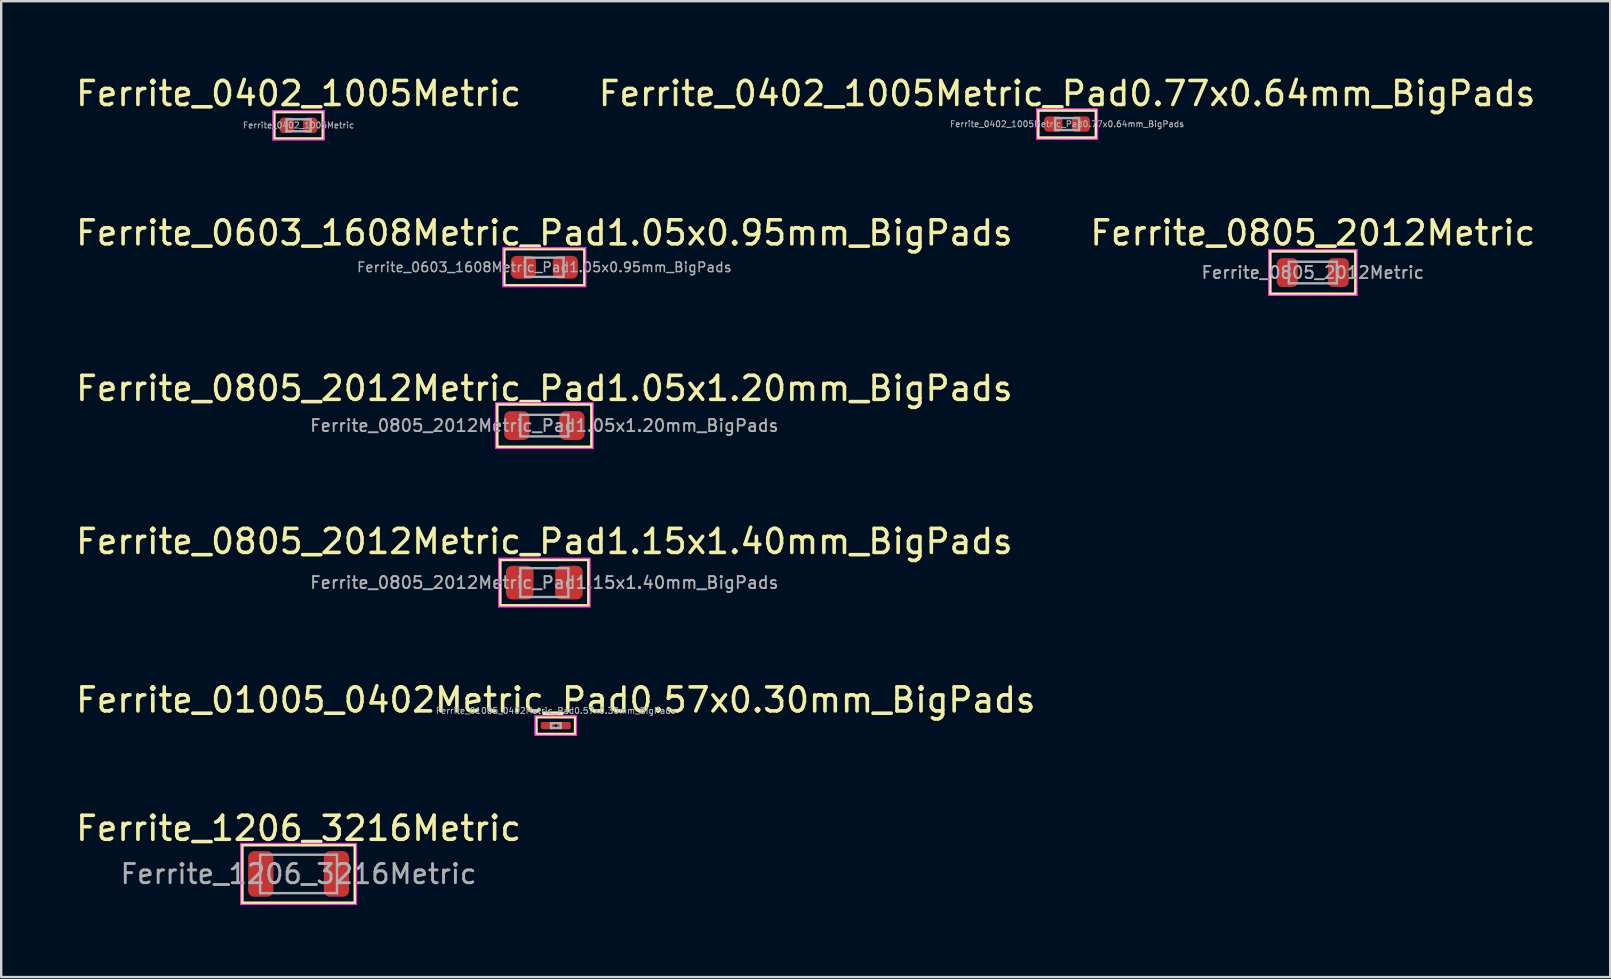
<source format=kicad_pcb>
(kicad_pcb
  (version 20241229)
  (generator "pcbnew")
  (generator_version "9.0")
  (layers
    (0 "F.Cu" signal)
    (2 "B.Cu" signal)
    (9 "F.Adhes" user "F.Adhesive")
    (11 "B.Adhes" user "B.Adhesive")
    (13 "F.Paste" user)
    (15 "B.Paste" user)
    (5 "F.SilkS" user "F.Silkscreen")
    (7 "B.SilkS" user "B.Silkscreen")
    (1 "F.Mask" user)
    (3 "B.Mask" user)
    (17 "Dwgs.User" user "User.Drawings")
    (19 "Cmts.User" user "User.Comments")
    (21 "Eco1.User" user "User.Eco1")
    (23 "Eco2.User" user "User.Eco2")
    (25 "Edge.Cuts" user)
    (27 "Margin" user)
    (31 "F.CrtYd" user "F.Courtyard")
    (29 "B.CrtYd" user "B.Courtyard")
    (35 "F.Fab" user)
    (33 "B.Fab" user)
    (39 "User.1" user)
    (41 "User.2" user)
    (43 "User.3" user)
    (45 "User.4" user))
  (footprint "Ferrite_0805_2012Metric_Pad1.15x1.40mm_BigPads"
    (layer "F.Cu")
    (at 19.625 21.219)
    (property "Reference" "Ferrite_0805_2012Metric_Pad1.15x1.40mm_BigPads" (at 0 -1.714 0) (layer "F.SilkS") (effects (font (size 1 1) (thickness 0.15))))
    (attr smd)
    (fp_line (start -1.841 -0.953) (end 1.841 -0.953) (stroke (width 0.12) (type solid)) (layer "F.SilkS"))
    (fp_line (start -1.841 0.953) (end -1.841 -0.953) (stroke (width 0.12) (type solid)) (layer "F.SilkS"))
    (fp_line (start 1.841 -0.953) (end 1.841 0.953) (stroke (width 0.12) (type solid)) (layer "F.SilkS"))
    (fp_line (start 1.841 0.953) (end -1.841 0.953) (stroke (width 0.12) (type solid)) (layer "F.SilkS"))
    (fp_line (start -1.905 -1.016) (end 1.905 -1.016) (stroke (width 0.05) (type solid)) (layer "F.CrtYd"))
    (fp_line (start -1.905 1.016) (end -1.905 -1.016) (stroke (width 0.05) (type solid)) (layer "F.CrtYd"))
    (fp_line (start 1.905 -1.016) (end 1.905 1.016) (stroke (width 0.05) (type solid)) (layer "F.CrtYd"))
    (fp_line (start 1.905 1.016) (end -1.905 1.016) (stroke (width 0.05) (type solid)) (layer "F.CrtYd"))
    (fp_line (start -1 -0.6) (end 1 -0.6) (stroke (width 0.1) (type solid)) (layer "F.Fab"))
    (fp_line (start -1 0.6) (end -1 -0.6) (stroke (width 0.1) (type solid)) (layer "F.Fab"))
    (fp_line (start 1 -0.6) (end 1 0.6) (stroke (width 0.1) (type solid)) (layer "F.Fab"))
    (fp_line (start 1 0.6) (end -1 0.6) (stroke (width 0.1) (type solid)) (layer "F.Fab"))
    (fp_text user "${REFERENCE}" (at 0 0 0) (layer "F.Fab") (effects (font (size 0.5 0.5) (thickness 0.08))))
    (pad "1" smd roundrect (at -1.025 0) (size 1.15 1.4) (layers "F.Cu" "F.Mask" "F.Paste") (roundrect_rratio 0.217))
    (pad "2" smd roundrect (at 1.025 0) (size 1.15 1.4) (layers "F.Cu" "F.Mask" "F.Paste") (roundrect_rratio 0.217)))
  (footprint "Ferrite_0402_1005Metric"
    (layer "F.Cu")
    (at 9.387 2.169)
    (property "Reference" "Ferrite_0402_1005Metric" (at 0 -1.321 0) (layer "F.SilkS") (effects (font (size 1 1) (thickness 0.15))))
    (attr smd)
    (fp_line (start -1.016 -0.559) (end 1.016 -0.559) (stroke (width 0.12) (type solid)) (layer "F.SilkS"))
    (fp_line (start -1.016 0.559) (end -1.016 -0.559) (stroke (width 0.12) (type solid)) (layer "F.SilkS"))
    (fp_line (start 1.016 -0.559) (end 1.016 0.559) (stroke (width 0.12) (type solid)) (layer "F.SilkS"))
    (fp_line (start 1.016 0.559) (end -1.016 0.559) (stroke (width 0.12) (type solid)) (layer "F.SilkS"))
    (fp_line (start -1.067 -0.61) (end 1.067 -0.61) (stroke (width 0.05) (type solid)) (layer "F.CrtYd"))
    (fp_line (start -1.067 0.61) (end -1.067 -0.61) (stroke (width 0.05) (type solid)) (layer "F.CrtYd"))
    (fp_line (start 1.067 -0.61) (end 1.067 0.61) (stroke (width 0.05) (type solid)) (layer "F.CrtYd"))
    (fp_line (start 1.067 0.61) (end -1.067 0.61) (stroke (width 0.05) (type solid)) (layer "F.CrtYd"))
    (fp_line (start -0.5 -0.25) (end 0.5 -0.25) (stroke (width 0.1) (type solid)) (layer "F.Fab"))
    (fp_line (start -0.5 0.25) (end -0.5 -0.25) (stroke (width 0.1) (type solid)) (layer "F.Fab"))
    (fp_line (start 0.5 -0.25) (end 0.5 0.25) (stroke (width 0.1) (type solid)) (layer "F.Fab"))
    (fp_line (start 0.5 0.25) (end -0.5 0.25) (stroke (width 0.1) (type solid)) (layer "F.Fab"))
    (fp_text user "${REFERENCE}" (at 0 0 0) (layer "F.Fab") (effects (font (size 0.25 0.25) (thickness 0.04))))
    (pad "1" smd roundrect (at -0.485 0) (size 0.59 0.64) (layers "F.Cu" "F.Mask" "F.Paste") (roundrect_rratio 0.25))
    (pad "2" smd roundrect (at 0.485 0) (size 0.59 0.64) (layers "F.Cu" "F.Mask" "F.Paste") (roundrect_rratio 0.25)))
  (footprint "Ferrite_01005_0402Metric_Pad0.57x0.30mm_BigPads"
    (layer "F.Cu")
    (at 20.101 27.175)
    (property "Reference" "Ferrite_01005_0402Metric_Pad0.57x0.30mm_BigPads" (at 0 -1.067 0) (layer "F.SilkS") (effects (font (size 1 1) (thickness 0.15))))
    (attr smd)
    (fp_line (start -0.813 -0.356) (end 0.813 -0.356) (stroke (width 0.12) (type solid)) (layer "F.SilkS"))
    (fp_line (start -0.813 0.356) (end -0.813 -0.356) (stroke (width 0.12) (type solid)) (layer "F.SilkS"))
    (fp_line (start 0.813 -0.356) (end 0.813 0.356) (stroke (width 0.12) (type solid)) (layer "F.SilkS"))
    (fp_line (start 0.813 0.356) (end -0.813 0.356) (stroke (width 0.12) (type solid)) (layer "F.SilkS"))
    (fp_line (start -0.864 -0.406) (end 0.864 -0.406) (stroke (width 0.05) (type solid)) (layer "F.CrtYd"))
    (fp_line (start -0.864 0.406) (end -0.864 -0.406) (stroke (width 0.05) (type solid)) (layer "F.CrtYd"))
    (fp_line (start 0.864 -0.406) (end 0.864 0.406) (stroke (width 0.05) (type solid)) (layer "F.CrtYd"))
    (fp_line (start 0.864 0.406) (end -0.864 0.406) (stroke (width 0.05) (type solid)) (layer "F.CrtYd"))
    (fp_line (start -0.2 -0.1) (end 0.2 -0.1) (stroke (width 0.1) (type solid)) (layer "F.Fab"))
    (fp_line (start -0.2 0.1) (end -0.2 -0.1) (stroke (width 0.1) (type solid)) (layer "F.Fab"))
    (fp_line (start 0.2 -0.1) (end 0.2 0.1) (stroke (width 0.1) (type solid)) (layer "F.Fab"))
    (fp_line (start 0.2 0.1) (end -0.2 0.1) (stroke (width 0.1) (type solid)) (layer "F.Fab"))
    (fp_text user "${REFERENCE}" (at 0 -0.62 0) (layer "F.Fab") (effects (font (size 0.25 0.25) (thickness 0.04))))
    (pad "" smd roundrect (at -0.362 0) (size 0.41 0.27) (layers "F.Paste") (roundrect_rratio 0.25))
    (pad "" smd roundrect (at 0.362 0) (size 0.41 0.27) (layers "F.Paste") (roundrect_rratio 0.25))
    (pad "1" smd roundrect (at -0.338 0) (size 0.575 0.3) (layers "F.Cu" "F.Mask") (roundrect_rratio 0.25))
    (pad "2" smd roundrect (at 0.338 0) (size 0.575 0.3) (layers "F.Cu" "F.Mask") (roundrect_rratio 0.25)))
  (footprint "Ferrite_0402_1005Metric_Pad0.77x0.64mm_BigPads"
    (layer "F.Cu")
    (at 41.399 2.118)
    (property "Reference" "Ferrite_0402_1005Metric_Pad0.77x0.64mm_BigPads" (at 0 -1.27 0) (layer "F.SilkS") (effects (font (size 1 1) (thickness 0.15))))
    (attr smd)
    (fp_line (start -1.206 -0.572) (end 1.206 -0.572) (stroke (width 0.12) (type solid)) (layer "F.SilkS"))
    (fp_line (start -1.206 0.572) (end -1.206 -0.572) (stroke (width 0.12) (type solid)) (layer "F.SilkS"))
    (fp_line (start 1.206 -0.572) (end 1.206 0.572) (stroke (width 0.12) (type solid)) (layer "F.SilkS"))
    (fp_line (start 1.206 0.572) (end -1.206 0.572) (stroke (width 0.12) (type solid)) (layer "F.SilkS"))
    (fp_line (start -1.27 -0.635) (end 1.27 -0.635) (stroke (width 0.05) (type solid)) (layer "F.CrtYd"))
    (fp_line (start -1.27 0.635) (end -1.27 -0.635) (stroke (width 0.05) (type solid)) (layer "F.CrtYd"))
    (fp_line (start 1.27 -0.635) (end 1.27 0.635) (stroke (width 0.05) (type solid)) (layer "F.CrtYd"))
    (fp_line (start 1.27 0.635) (end -1.27 0.635) (stroke (width 0.05) (type solid)) (layer "F.CrtYd"))
    (fp_line (start -0.5 -0.25) (end 0.5 -0.25) (stroke (width 0.1) (type solid)) (layer "F.Fab"))
    (fp_line (start -0.5 0.25) (end -0.5 -0.25) (stroke (width 0.1) (type solid)) (layer "F.Fab"))
    (fp_line (start 0.5 -0.25) (end 0.5 0.25) (stroke (width 0.1) (type solid)) (layer "F.Fab"))
    (fp_line (start 0.5 0.25) (end -0.5 0.25) (stroke (width 0.1) (type solid)) (layer "F.Fab"))
    (fp_text user "${REFERENCE}" (at 0 0 0) (layer "F.Fab") (effects (font (size 0.25 0.25) (thickness 0.04))))
    (pad "1" smd roundrect (at -0.573 0) (size 0.765 0.64) (layers "F.Cu" "F.Mask" "F.Paste") (roundrect_rratio 0.25))
    (pad "2" smd roundrect (at 0.573 0) (size 0.765 0.64) (layers "F.Cu" "F.Mask" "F.Paste") (roundrect_rratio 0.25)))
  (footprint "Ferrite_0805_2012Metric_Pad1.05x1.20mm_BigPads"
    (layer "F.Cu")
    (at 19.625 14.679)
    (property "Reference" "Ferrite_0805_2012Metric_Pad1.05x1.20mm_BigPads" (at 0 -1.55 0) (layer "F.SilkS") (effects (font (size 1 1) (thickness 0.15))))
    (attr smd)
    (fp_line (start -1.968 -0.889) (end 1.968 -0.889) (stroke (width 0.12) (type solid)) (layer "F.SilkS"))
    (fp_line (start -1.968 0.889) (end -1.968 -0.889) (stroke (width 0.12) (type solid)) (layer "F.SilkS"))
    (fp_line (start 1.968 -0.889) (end 1.968 0.889) (stroke (width 0.12) (type solid)) (layer "F.SilkS"))
    (fp_line (start 1.968 0.889) (end -1.968 0.889) (stroke (width 0.12) (type solid)) (layer "F.SilkS"))
    (fp_line (start -2.032 -0.953) (end 2.032 -0.953) (stroke (width 0.05) (type solid)) (layer "F.CrtYd"))
    (fp_line (start -2.032 0.953) (end -2.032 -0.953) (stroke (width 0.05) (type solid)) (layer "F.CrtYd"))
    (fp_line (start 2.032 -0.953) (end 2.032 0.953) (stroke (width 0.05) (type solid)) (layer "F.CrtYd"))
    (fp_line (start 2.032 0.953) (end -2.032 0.953) (stroke (width 0.05) (type solid)) (layer "F.CrtYd"))
    (fp_line (start -1 -0.45) (end 1 -0.45) (stroke (width 0.1) (type solid)) (layer "F.Fab"))
    (fp_line (start -1 0.45) (end -1 -0.45) (stroke (width 0.1) (type solid)) (layer "F.Fab"))
    (fp_line (start 1 -0.45) (end 1 0.45) (stroke (width 0.1) (type solid)) (layer "F.Fab"))
    (fp_line (start 1 0.45) (end -1 0.45) (stroke (width 0.1) (type solid)) (layer "F.Fab"))
    (fp_text user "${REFERENCE}" (at 0 0 0) (layer "F.Fab") (effects (font (size 0.5 0.5) (thickness 0.08))))
    (pad "1" smd roundrect (at -1.15 0) (size 1.05 1.2) (layers "F.Cu" "F.Mask" "F.Paste") (roundrect_rratio 0.238))
    (pad "2" smd roundrect (at 1.15 0) (size 1.05 1.2) (layers "F.Cu" "F.Mask" "F.Paste") (roundrect_rratio 0.238)))
  (footprint "Ferrite_1206_3216Metric"
    (layer "F.Cu")
    (at 9.387 33.355)
    (property "Reference" "Ferrite_1206_3216Metric" (at 0 -1.9 0) (layer "F.SilkS") (effects (font (size 1 1) (thickness 0.15))))
    (attr smd)
    (fp_line (start -2.349 -1.206) (end 2.349 -1.206) (stroke (width 0.12) (type solid)) (layer "F.SilkS"))
    (fp_line (start -2.349 1.206) (end -2.349 -1.206) (stroke (width 0.12) (type solid)) (layer "F.SilkS"))
    (fp_line (start 2.349 -1.206) (end 2.349 1.206) (stroke (width 0.12) (type solid)) (layer "F.SilkS"))
    (fp_line (start 2.349 1.206) (end -2.349 1.206) (stroke (width 0.12) (type solid)) (layer "F.SilkS"))
    (fp_line (start -2.413 -1.27) (end 2.413 -1.27) (stroke (width 0.05) (type solid)) (layer "F.CrtYd"))
    (fp_line (start -2.413 1.27) (end -2.413 -1.27) (stroke (width 0.05) (type solid)) (layer "F.CrtYd"))
    (fp_line (start 2.413 -1.27) (end 2.413 1.27) (stroke (width 0.05) (type solid)) (layer "F.CrtYd"))
    (fp_line (start 2.413 1.27) (end -2.413 1.27) (stroke (width 0.05) (type solid)) (layer "F.CrtYd"))
    (fp_line (start -1.6 -0.8) (end 1.6 -0.8) (stroke (width 0.1) (type solid)) (layer "F.Fab"))
    (fp_line (start -1.6 0.8) (end -1.6 -0.8) (stroke (width 0.1) (type solid)) (layer "F.Fab"))
    (fp_line (start 1.6 -0.8) (end 1.6 0.8) (stroke (width 0.1) (type solid)) (layer "F.Fab"))
    (fp_line (start 1.6 0.8) (end -1.6 0.8) (stroke (width 0.1) (type solid)) (layer "F.Fab"))
    (fp_text user "${REFERENCE}" (at 0 0 0) (layer "F.Fab") (effects (font (size 0.8 0.8) (thickness 0.12))))
    (pad "1" smd roundrect (at -1.575 0) (size 1.05 1.9) (layers "F.Cu" "F.Mask" "F.Paste") (roundrect_rratio 0.238))
    (pad "2" smd roundrect (at 1.575 0) (size 1.05 1.9) (layers "F.Cu" "F.Mask" "F.Paste") (roundrect_rratio 0.238)))
  (footprint "Ferrite_0805_2012Metric"
    (layer "F.Cu")
    (at 51.637 8.303)
    (property "Reference" "Ferrite_0805_2012Metric" (at 0 -1.651 0) (layer "F.SilkS") (effects (font (size 1 1) (thickness 0.15))))
    (attr smd)
    (fp_line (start -1.778 -0.889) (end 1.778 -0.889) (stroke (width 0.12) (type solid)) (layer "F.SilkS"))
    (fp_line (start -1.778 0.889) (end -1.778 -0.889) (stroke (width 0.12) (type solid)) (layer "F.SilkS"))
    (fp_line (start 1.778 -0.889) (end 1.778 0.889) (stroke (width 0.12) (type solid)) (layer "F.SilkS"))
    (fp_line (start 1.778 0.889) (end -1.778 0.889) (stroke (width 0.12) (type solid)) (layer "F.SilkS"))
    (fp_line (start -1.841 -0.953) (end 1.841 -0.953) (stroke (width 0.05) (type solid)) (layer "F.CrtYd"))
    (fp_line (start -1.841 0.953) (end -1.841 -0.953) (stroke (width 0.05) (type solid)) (layer "F.CrtYd"))
    (fp_line (start 1.841 -0.953) (end 1.841 0.953) (stroke (width 0.05) (type solid)) (layer "F.CrtYd"))
    (fp_line (start 1.841 0.953) (end -1.841 0.953) (stroke (width 0.05) (type solid)) (layer "F.CrtYd"))
    (fp_line (start -1 -0.45) (end 1 -0.45) (stroke (width 0.1) (type solid)) (layer "F.Fab"))
    (fp_line (start -1 0.45) (end -1 -0.45) (stroke (width 0.1) (type solid)) (layer "F.Fab"))
    (fp_line (start 1 -0.45) (end 1 0.45) (stroke (width 0.1) (type solid)) (layer "F.Fab"))
    (fp_line (start 1 0.45) (end -1 0.45) (stroke (width 0.1) (type solid)) (layer "F.Fab"))
    (fp_text user "${REFERENCE}" (at 0 0 0) (layer "F.Fab") (effects (font (size 0.5 0.5) (thickness 0.08))))
    (pad "1" smd roundrect (at -1.062 0) (size 0.875 1.2) (layers "F.Cu" "F.Mask" "F.Paste") (roundrect_rratio 0.25))
    (pad "2" smd roundrect (at 1.062 0) (size 0.875 1.2) (layers "F.Cu" "F.Mask" "F.Paste") (roundrect_rratio 0.25)))
  (footprint "Ferrite_0603_1608Metric_Pad1.05x0.95mm_BigPads"
    (layer "F.Cu")
    (at 19.625 8.082)
    (property "Reference" "Ferrite_0603_1608Metric_Pad1.05x0.95mm_BigPads" (at 0 -1.43 0) (layer "F.SilkS") (effects (font (size 1 1) (thickness 0.15))))
    (attr smd)
    (fp_line (start -1.676 -0.762) (end 1.676 -0.762) (stroke (width 0.12) (type solid)) (layer "F.SilkS"))
    (fp_line (start -1.676 0.762) (end -1.676 -0.762) (stroke (width 0.12) (type solid)) (layer "F.SilkS"))
    (fp_line (start 1.676 -0.762) (end 1.676 0.762) (stroke (width 0.12) (type solid)) (layer "F.SilkS"))
    (fp_line (start 1.676 0.762) (end -1.676 0.762) (stroke (width 0.12) (type solid)) (layer "F.SilkS"))
    (fp_line (start -1.727 -0.813) (end 1.727 -0.813) (stroke (width 0.05) (type solid)) (layer "F.CrtYd"))
    (fp_line (start -1.727 0.813) (end -1.727 -0.813) (stroke (width 0.05) (type solid)) (layer "F.CrtYd"))
    (fp_line (start 1.727 -0.813) (end 1.727 0.813) (stroke (width 0.05) (type solid)) (layer "F.CrtYd"))
    (fp_line (start 1.727 0.813) (end -1.727 0.813) (stroke (width 0.05) (type solid)) (layer "F.CrtYd"))
    (fp_line (start -0.8 -0.4) (end 0.8 -0.4) (stroke (width 0.1) (type solid)) (layer "F.Fab"))
    (fp_line (start -0.8 0.4) (end -0.8 -0.4) (stroke (width 0.1) (type solid)) (layer "F.Fab"))
    (fp_line (start 0.8 -0.4) (end 0.8 0.4) (stroke (width 0.1) (type solid)) (layer "F.Fab"))
    (fp_line (start 0.8 0.4) (end -0.8 0.4) (stroke (width 0.1) (type solid)) (layer "F.Fab"))
    (fp_text user "${REFERENCE}" (at 0 0 0) (layer "F.Fab") (effects (font (size 0.4 0.4) (thickness 0.06))))
    (pad "1" smd roundrect (at -0.875 0) (size 1.05 0.95) (layers "F.Cu" "F.Mask" "F.Paste") (roundrect_rratio 0.25))
    (pad "2" smd roundrect (at 0.875 0) (size 1.05 0.95) (layers "F.Cu" "F.Mask" "F.Paste") (roundrect_rratio 0.25)))
  (gr_rect
    (start -3 -3)
    (end 64.024 37.65)
    (stroke (width 0.1) (type default))
    (fill no)
    (layer "Edge.Cuts")))
</source>
